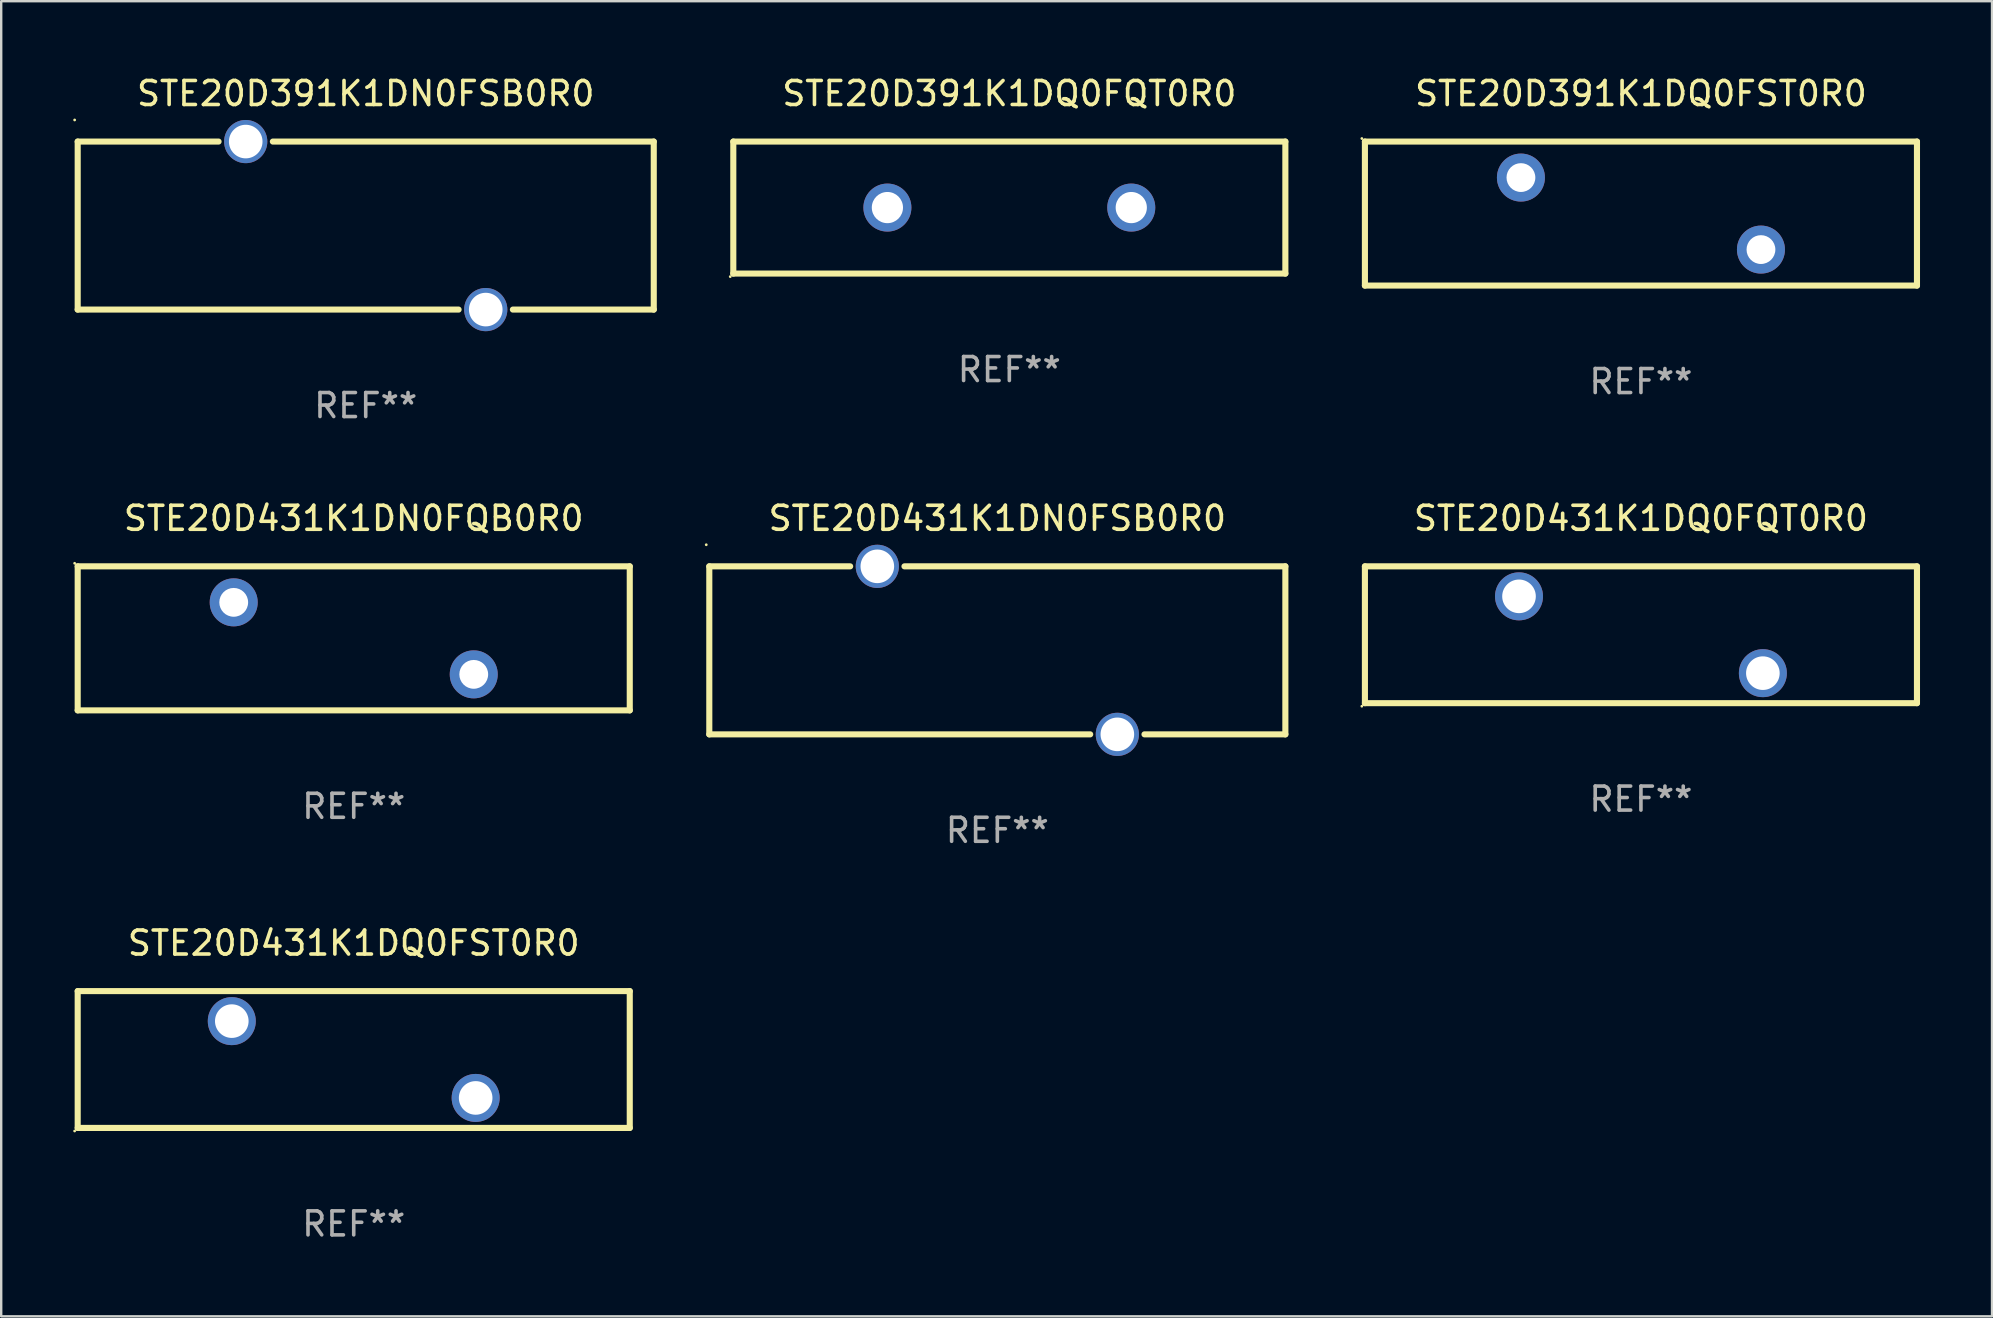
<source format=kicad_pcb>
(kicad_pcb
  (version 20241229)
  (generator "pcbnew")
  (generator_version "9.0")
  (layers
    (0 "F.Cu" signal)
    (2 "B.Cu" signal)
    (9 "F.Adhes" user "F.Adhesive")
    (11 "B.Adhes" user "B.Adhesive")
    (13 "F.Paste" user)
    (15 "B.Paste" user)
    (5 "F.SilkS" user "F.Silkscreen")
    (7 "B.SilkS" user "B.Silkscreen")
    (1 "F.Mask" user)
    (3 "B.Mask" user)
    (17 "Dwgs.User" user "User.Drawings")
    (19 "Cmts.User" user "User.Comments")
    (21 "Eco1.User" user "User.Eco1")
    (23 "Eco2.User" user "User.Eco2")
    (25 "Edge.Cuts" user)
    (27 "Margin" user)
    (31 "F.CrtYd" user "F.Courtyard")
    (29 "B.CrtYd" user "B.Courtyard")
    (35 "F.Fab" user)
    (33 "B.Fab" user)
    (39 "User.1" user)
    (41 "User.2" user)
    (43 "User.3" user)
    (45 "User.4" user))
  (footprint "STE20D391K1DN0FSB0R0"
    (layer "F.Cu")
    (at 12.187 6.348)
    (property "Reference" "STE20D391K1DN0FSB0R0" (at 0 -5.5 0) (layer "F.SilkS") (effects (font (size 1 1) (thickness 0.15))))
    (attr through_hole)
    (fp_line (start -12 -3.5) (end -6.131 -3.5) (stroke (width 0.254) (type solid)) (layer "F.SilkS"))
    (fp_line (start -12 3.5) (end -12 -3.5) (stroke (width 0.254) (type solid)) (layer "F.SilkS"))
    (fp_line (start -3.869 -3.5) (end 12 -3.5) (stroke (width 0.254) (type solid)) (layer "F.SilkS"))
    (fp_line (start 3.869 3.5) (end -12 3.5) (stroke (width 0.254) (type solid)) (layer "F.SilkS"))
    (fp_line (start 12 -3.5) (end 12 3.5) (stroke (width 0.254) (type solid)) (layer "F.SilkS"))
    (fp_line (start 12 3.5) (end 6.131 3.5) (stroke (width 0.254) (type solid)) (layer "F.SilkS"))
    (fp_circle (center -12.127 -4.4) (end -12.097 -4.4) (stroke (width 0.06) (type solid)) (fill no) (layer "F.SilkS"))
    (fp_text user "REF**" (at 0 7.5 0) (layer "F.Fab") (effects (font (size 1 1) (thickness 0.15))))
    (pad "1" thru_hole circle (at -5 -3.5) (size 1.8 1.8) (drill 1.4) (layers "*.Cu" "*.Mask"))
    (pad "2" thru_hole circle (at 5 3.5) (size 1.8 1.8) (drill 1.4) (layers "*.Cu" "*.Mask")))
  (footprint "STE20D391K1DQ0FQT0R0"
    (layer "F.Cu")
    (at 39.001 5.598)
    (property "Reference" "STE20D391K1DQ0FQT0R0" (at 0 -4.75 0) (layer "F.SilkS") (effects (font (size 1 1) (thickness 0.15))))
    (attr through_hole)
    (fp_line (start -11.5 -2.75) (end 11.5 -2.75) (stroke (width 0.254) (type solid)) (layer "F.SilkS"))
    (fp_line (start -11.5 2.75) (end -11.5 -2.75) (stroke (width 0.254) (type solid)) (layer "F.SilkS"))
    (fp_line (start 11.5 -2.75) (end 11.5 2.75) (stroke (width 0.254) (type solid)) (layer "F.SilkS"))
    (fp_line (start 11.5 2.75) (end -11.5 2.75) (stroke (width 0.254) (type solid)) (layer "F.SilkS"))
    (fp_circle (center -11.627 2.877) (end -11.597 2.877) (stroke (width 0.06) (type solid)) (fill no) (layer "F.SilkS"))
    (fp_text user "REF**" (at 0 6.75 0) (layer "F.Fab") (effects (font (size 1 1) (thickness 0.15))))
    (pad "1" thru_hole circle (at -5.08 -0.000013) (size 2 2) (drill 1.3) (layers "*.Cu" "*.Mask"))
    (pad "2" thru_hole circle (at 5.08 -0.000013) (size 2 2) (drill 1.3) (layers "*.Cu" "*.Mask")))
  (footprint "STE20D431K1DQ0FQT0R0"
    (layer "F.Cu")
    (at 65.315 23.395)
    (property "Reference" "STE20D431K1DQ0FQT0R0" (at 0 -4.85 0) (layer "F.SilkS") (effects (font (size 1 1) (thickness 0.15))))
    (attr through_hole)
    (fp_line (start -11.5 -2.85) (end 11.5 -2.85) (stroke (width 0.254) (type solid)) (layer "F.SilkS"))
    (fp_line (start -11.5 2.85) (end -11.5 -2.85) (stroke (width 0.254) (type solid)) (layer "F.SilkS"))
    (fp_line (start -11.5 2.85) (end 11.5 2.85) (stroke (width 0.254) (type solid)) (layer "F.SilkS"))
    (fp_line (start 11.5 -2.85) (end 11.5 2.85) (stroke (width 0.254) (type solid)) (layer "F.SilkS"))
    (fp_circle (center -11.627 2.977) (end -11.597 2.977) (stroke (width 0.06) (type solid)) (fill no) (layer "F.SilkS"))
    (fp_text user "REF**" (at 0 6.85 0) (layer "F.Fab") (effects (font (size 1 1) (thickness 0.15))))
    (pad "1" thru_hole circle (at -5.08 -1.6) (size 2 2) (drill 1.4) (layers "*.Cu" "*.Mask"))
    (pad "2" thru_hole circle (at 5.08 1.6) (size 2 2) (drill 1.4) (layers "*.Cu" "*.Mask")))
  (footprint "STE20D431K1DN0FSB0R0"
    (layer "F.Cu")
    (at 38.501 24.045)
    (property "Reference" "STE20D431K1DN0FSB0R0" (at 0 -5.5 0) (layer "F.SilkS") (effects (font (size 1 1) (thickness 0.15))))
    (attr through_hole)
    (fp_line (start -12 -3.5) (end -6.131 -3.5) (stroke (width 0.254) (type solid)) (layer "F.SilkS"))
    (fp_line (start -12 3.5) (end -12 -3.5) (stroke (width 0.254) (type solid)) (layer "F.SilkS"))
    (fp_line (start -3.869 -3.5) (end 12 -3.5) (stroke (width 0.254) (type solid)) (layer "F.SilkS"))
    (fp_line (start 3.869 3.5) (end -12 3.5) (stroke (width 0.254) (type solid)) (layer "F.SilkS"))
    (fp_line (start 12 -3.5) (end 12 3.5) (stroke (width 0.254) (type solid)) (layer "F.SilkS"))
    (fp_line (start 12 3.5) (end 6.131 3.5) (stroke (width 0.254) (type solid)) (layer "F.SilkS"))
    (fp_circle (center -12.127 -4.4) (end -12.097 -4.4) (stroke (width 0.06) (type solid)) (fill no) (layer "F.SilkS"))
    (fp_text user "REF**" (at 0 7.5 0) (layer "F.Fab") (effects (font (size 1 1) (thickness 0.15))))
    (pad "1" thru_hole circle (at -5 -3.5) (size 1.8 1.8) (drill 1.4) (layers "*.Cu" "*.Mask"))
    (pad "2" thru_hole circle (at 5 3.5) (size 1.8 1.8) (drill 1.4) (layers "*.Cu" "*.Mask")))
  (footprint "STE20D431K1DQ0FST0R0"
    (layer "F.Cu")
    (at 11.687 41.092)
    (property "Reference" "STE20D431K1DQ0FST0R0" (at 0 -4.85 0) (layer "F.SilkS") (effects (font (size 1 1) (thickness 0.15))))
    (attr through_hole)
    (fp_line (start -11.5 -2.85) (end 11.5 -2.85) (stroke (width 0.254) (type solid)) (layer "F.SilkS"))
    (fp_line (start -11.5 2.85) (end -11.5 -2.85) (stroke (width 0.254) (type solid)) (layer "F.SilkS"))
    (fp_line (start -11.5 2.85) (end 11.5 2.85) (stroke (width 0.254) (type solid)) (layer "F.SilkS"))
    (fp_line (start 11.5 -2.85) (end 11.5 2.85) (stroke (width 0.254) (type solid)) (layer "F.SilkS"))
    (fp_circle (center -11.627 2.977) (end -11.597 2.977) (stroke (width 0.06) (type solid)) (fill no) (layer "F.SilkS"))
    (fp_text user "REF**" (at 0 6.85 0) (layer "F.Fab") (effects (font (size 1 1) (thickness 0.15))))
    (pad "1" thru_hole circle (at -5.08 -1.6) (size 2 2) (drill 1.4) (layers "*.Cu" "*.Mask"))
    (pad "2" thru_hole circle (at 5.08 1.6) (size 2 2) (drill 1.4) (layers "*.Cu" "*.Mask")))
  (footprint "STE20D431K1DN0FQB0R0"
    (layer "F.Cu")
    (at 11.687 23.545)
    (property "Reference" "STE20D431K1DN0FQB0R0" (at 0 -5 0) (layer "F.SilkS") (effects (font (size 1 1) (thickness 0.15))))
    (attr through_hole)
    (fp_line (start -11.5 -3) (end 11.5 -3) (stroke (width 0.254) (type solid)) (layer "F.SilkS"))
    (fp_line (start -11.5 3) (end -11.5 -3) (stroke (width 0.254) (type solid)) (layer "F.SilkS"))
    (fp_line (start 11.5 -3) (end 11.5 3) (stroke (width 0.254) (type solid)) (layer "F.SilkS"))
    (fp_line (start 11.5 3) (end -11.5 3) (stroke (width 0.254) (type solid)) (layer "F.SilkS"))
    (fp_circle (center -11.627 -3.127) (end -11.597 -3.127) (stroke (width 0.06) (type solid)) (fill no) (layer "F.SilkS"))
    (fp_text user "REF**" (at 0 7 0) (layer "F.Fab") (effects (font (size 1 1) (thickness 0.15))))
    (pad "1" thru_hole circle (at -5 -1.5) (size 2 2) (drill 1.2) (layers "*.Cu" "*.Mask"))
    (pad "2" thru_hole circle (at 5 1.5) (size 2 2) (drill 1.2) (layers "*.Cu" "*.Mask")))
  (footprint "STE20D391K1DQ0FST0R0"
    (layer "F.Cu")
    (at 65.315 5.848)
    (property "Reference" "STE20D391K1DQ0FST0R0" (at 0 -5 0) (layer "F.SilkS") (effects (font (size 1 1) (thickness 0.15))))
    (attr through_hole)
    (fp_line (start -11.5 -3) (end 11.5 -3) (stroke (width 0.254) (type solid)) (layer "F.SilkS"))
    (fp_line (start -11.5 3) (end -11.5 -3) (stroke (width 0.254) (type solid)) (layer "F.SilkS"))
    (fp_line (start 11.5 -3) (end 11.5 3) (stroke (width 0.254) (type solid)) (layer "F.SilkS"))
    (fp_line (start 11.5 3) (end -11.5 3) (stroke (width 0.254) (type solid)) (layer "F.SilkS"))
    (fp_circle (center -11.627 -3.127) (end -11.597 -3.127) (stroke (width 0.06) (type solid)) (fill no) (layer "F.SilkS"))
    (fp_text user "REF**" (at 0 7 0) (layer "F.Fab") (effects (font (size 1 1) (thickness 0.15))))
    (pad "1" thru_hole circle (at -5 -1.5) (size 2 2) (drill 1.2) (layers "*.Cu" "*.Mask"))
    (pad "2" thru_hole circle (at 5 1.5) (size 2 2) (drill 1.2) (layers "*.Cu" "*.Mask")))
  (gr_rect
    (start -3 -3)
    (end 79.942 51.79)
    (stroke (width 0.1) (type default))
    (fill no)
    (layer "Edge.Cuts")))
</source>
